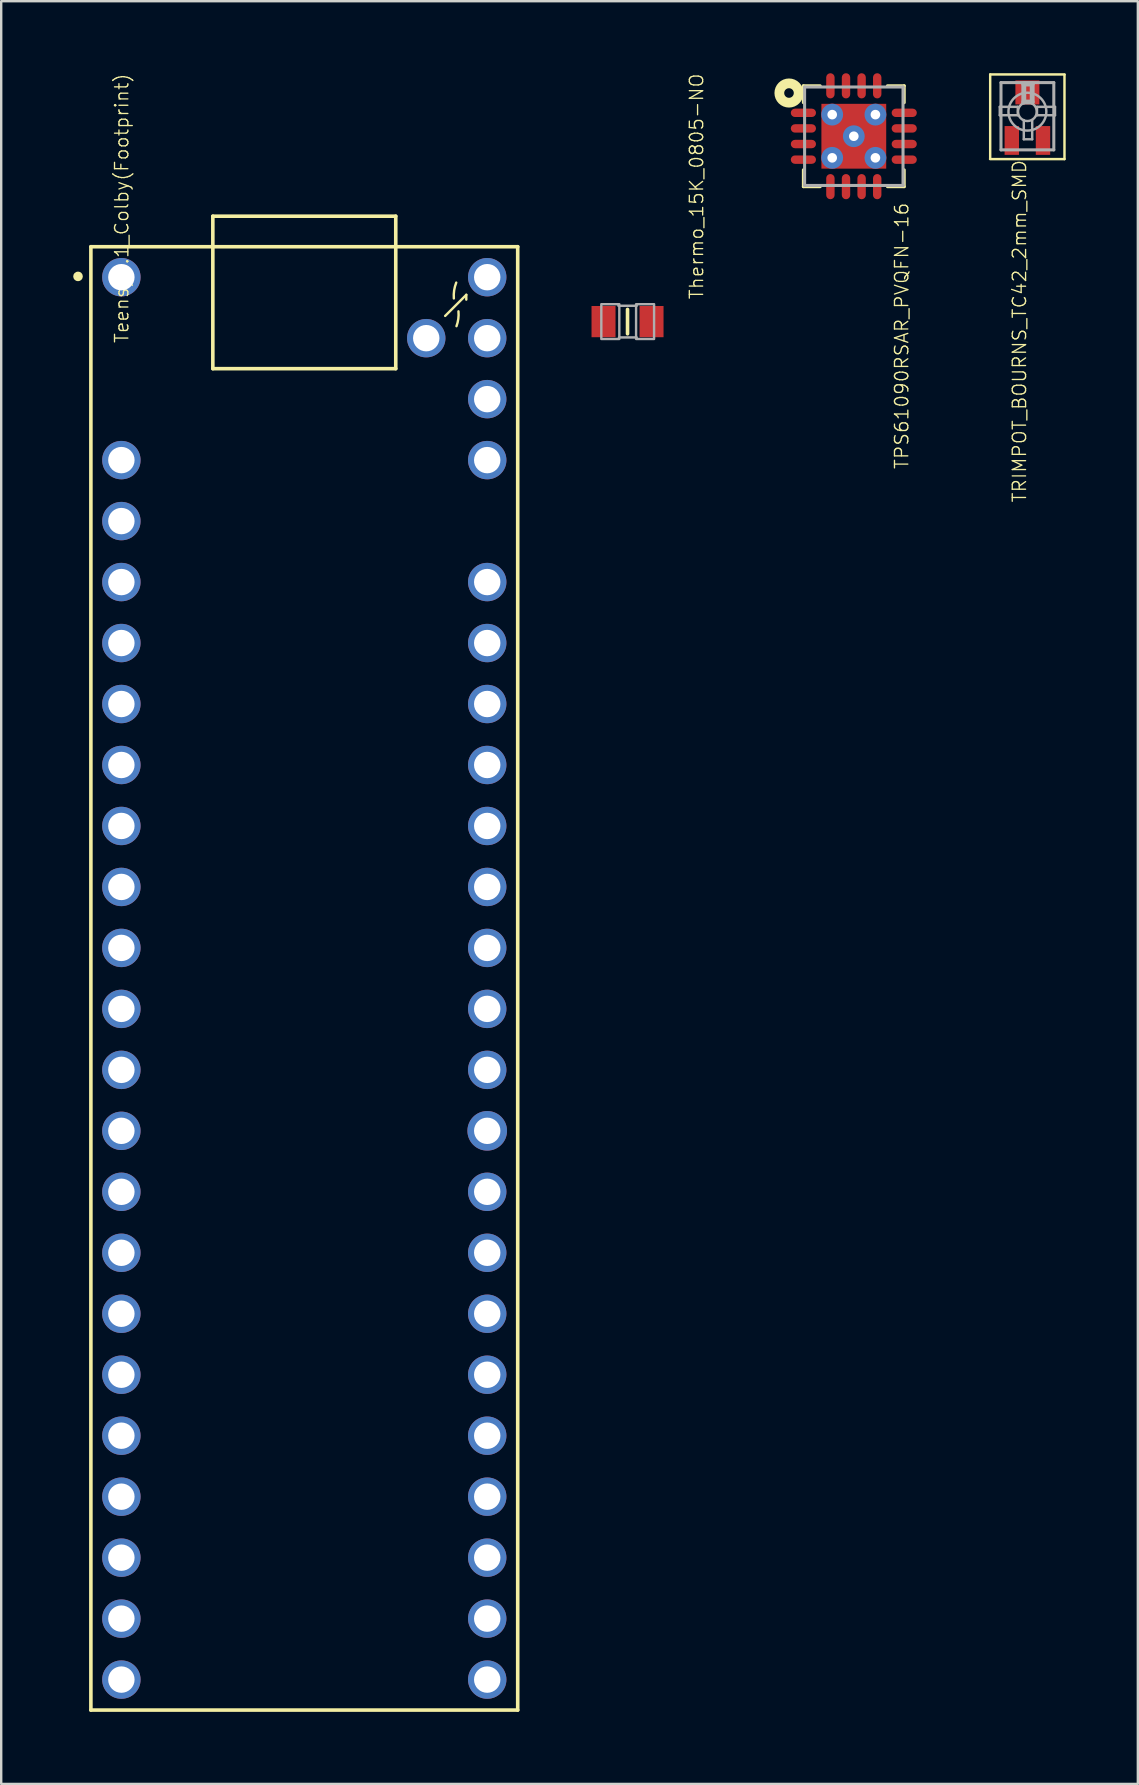
<source format=kicad_pcb>
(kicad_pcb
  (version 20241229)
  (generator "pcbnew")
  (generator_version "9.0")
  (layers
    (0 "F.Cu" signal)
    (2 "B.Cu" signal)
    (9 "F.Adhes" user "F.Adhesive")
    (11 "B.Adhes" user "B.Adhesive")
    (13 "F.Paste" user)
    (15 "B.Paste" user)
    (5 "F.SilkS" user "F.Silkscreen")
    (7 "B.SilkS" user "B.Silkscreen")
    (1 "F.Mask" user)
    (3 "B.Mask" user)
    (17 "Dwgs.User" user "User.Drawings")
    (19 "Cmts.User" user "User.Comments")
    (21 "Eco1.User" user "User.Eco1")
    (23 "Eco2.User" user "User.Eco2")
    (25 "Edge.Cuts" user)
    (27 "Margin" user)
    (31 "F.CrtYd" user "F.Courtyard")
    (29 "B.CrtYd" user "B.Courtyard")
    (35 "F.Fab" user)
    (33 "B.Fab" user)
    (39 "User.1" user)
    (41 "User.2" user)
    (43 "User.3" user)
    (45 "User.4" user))
  (footprint "TPS61090RSAR_PVQFN-16"
    (layer "F.Cu")
    (at 32.517 2.625)
    (property "Reference" "TPS61090RSAR_PVQFN-16" (at 2.32 2.733 90) (layer "F.SilkS") (effects (font (size 0.555 0.555) (thickness 0.055)) (justify right bottom)))
    (fp_line (start -2.1 -2.1) (end -2.1 -1.4) (stroke (width 0.127) (type solid)) (layer "F.SilkS"))
    (fp_line (start -2.1 1.4) (end -2.1 2.1) (stroke (width 0.127) (type solid)) (layer "F.SilkS"))
    (fp_line (start -2.1 2.1) (end -1.4 2.1) (stroke (width 0.127) (type solid)) (layer "F.SilkS"))
    (fp_line (start -1.4 -2.1) (end -2.1 -2.1) (stroke (width 0.127) (type solid)) (layer "F.SilkS"))
    (fp_line (start 1.4 -2.1) (end 2.1 -2.1) (stroke (width 0.127) (type solid)) (layer "F.SilkS"))
    (fp_line (start 2.1 -2.1) (end 2.1 -1.4) (stroke (width 0.127) (type solid)) (layer "F.SilkS"))
    (fp_line (start 2.1 1.4) (end 2.1 2.1) (stroke (width 0.127) (type solid)) (layer "F.SilkS"))
    (fp_line (start 2.1 2.1) (end 1.4 2.1) (stroke (width 0.127) (type solid)) (layer "F.SilkS"))
    (fp_circle (center -2.7 -1.8) (end -2.5 -1.8) (stroke (width 0.406) (type solid)) (fill no) (layer "F.SilkS"))
    (fp_poly (pts (xy -0.6 0.3) (xy -0.6 -0.3) (xy -1.3 -0.3) (xy -1.3 0.3)) (stroke (width 0) (type default)) (fill yes) (layer "F.Paste"))
    (fp_poly (pts (xy -0.3 -0.6) (xy 0.3 -0.6) (xy 0.3 -1.3) (xy -0.3 -1.3)) (stroke (width 0) (type default)) (fill yes) (layer "F.Paste"))
    (fp_poly (pts (xy -0.3 1.3) (xy 0.3 1.3) (xy 0.3 0.6) (xy -0.3 0.6)) (stroke (width 0) (type default)) (fill yes) (layer "F.Paste"))
    (fp_poly (pts (xy 1.3 0.3) (xy 1.3 -0.3) (xy 0.6 -0.3) (xy 0.6 0.3)) (stroke (width 0) (type default)) (fill yes) (layer "F.Paste"))
    (fp_line (start -2.05 -2.05) (end 2.05 -2.05) (stroke (width 0.127) (type solid)) (layer "F.Fab"))
    (fp_line (start -2.05 2.05) (end -2.05 -2.05) (stroke (width 0.127) (type solid)) (layer "F.Fab"))
    (fp_line (start 2.05 -2.05) (end 2.05 2.05) (stroke (width 0.127) (type solid)) (layer "F.Fab"))
    (fp_line (start 2.05 2.05) (end -2.05 2.05) (stroke (width 0.127) (type solid)) (layer "F.Fab"))
    (pad "1" smd roundrect (at -2.1 -0.975 180) (size 1.05 0.35) (layers "F.Cu" "F.Mask" "F.Paste") (roundrect_rratio 0.5))
    (pad "2" smd roundrect (at -2.1 -0.325 180) (size 1.05 0.35) (layers "F.Cu" "F.Mask" "F.Paste") (roundrect_rratio 0.5))
    (pad "3" smd roundrect (at -2.1 0.325 180) (size 1.05 0.35) (layers "F.Cu" "F.Mask" "F.Paste") (roundrect_rratio 0.5))
    (pad "4" smd roundrect (at -2.1 0.975 180) (size 1.05 0.35) (layers "F.Cu" "F.Mask" "F.Paste") (roundrect_rratio 0.5))
    (pad "5" smd roundrect (at -0.975 2.1 270) (size 1.05 0.35) (layers "F.Cu" "F.Mask" "F.Paste") (roundrect_rratio 0.5))
    (pad "6" smd roundrect (at -0.325 2.1 270) (size 1.05 0.35) (layers "F.Cu" "F.Mask" "F.Paste") (roundrect_rratio 0.5))
    (pad "7" smd roundrect (at 0.325 2.1 270) (size 1.05 0.35) (layers "F.Cu" "F.Mask" "F.Paste") (roundrect_rratio 0.5))
    (pad "8" smd roundrect (at 0.975 2.1 270) (size 1.05 0.35) (layers "F.Cu" "F.Mask" "F.Paste") (roundrect_rratio 0.5))
    (pad "9" smd roundrect (at 2.1 0.975) (size 1.05 0.35) (layers "F.Cu" "F.Mask" "F.Paste") (roundrect_rratio 0.5))
    (pad "10" smd roundrect (at 2.1 0.325) (size 1.05 0.35) (layers "F.Cu" "F.Mask" "F.Paste") (roundrect_rratio 0.5))
    (pad "11" smd roundrect (at 2.1 -0.325) (size 1.05 0.35) (layers "F.Cu" "F.Mask" "F.Paste") (roundrect_rratio 0.5))
    (pad "12" smd roundrect (at 2.1 -0.975) (size 1.05 0.35) (layers "F.Cu" "F.Mask" "F.Paste") (roundrect_rratio 0.5))
    (pad "13" smd roundrect (at 0.975 -2.1 90) (size 1.05 0.35) (layers "F.Cu" "F.Mask" "F.Paste") (roundrect_rratio 0.5))
    (pad "14" smd roundrect (at 0.325 -2.1 90) (size 1.05 0.35) (layers "F.Cu" "F.Mask" "F.Paste") (roundrect_rratio 0.5))
    (pad "15" smd roundrect (at -0.325 -2.1 90) (size 1.05 0.35) (layers "F.Cu" "F.Mask" "F.Paste") (roundrect_rratio 0.5))
    (pad "16" smd roundrect (at -0.975 -2.1 90) (size 1.05 0.35) (layers "F.Cu" "F.Mask" "F.Paste") (roundrect_rratio 0.5))
    (pad "P$18" thru_hole circle (at 0 0 180) (size 0.908 0.908) (drill 0.4) (layers "*.Cu" "*.Mask"))
    (pad "P$19" thru_hole circle (at -0.9 -0.9 180) (size 0.908 0.908) (drill 0.4) (layers "*.Cu" "*.Mask"))
    (pad "P$20" thru_hole circle (at 0.9 -0.9 180) (size 0.908 0.908) (drill 0.4) (layers "*.Cu" "*.Mask"))
    (pad "P$21" thru_hole circle (at 0.9 0.9 180) (size 0.908 0.908) (drill 0.4) (layers "*.Cu" "*.Mask"))
    (pad "P$22" thru_hole circle (at -0.9 0.9 180) (size 0.908 0.908) (drill 0.4) (layers "*.Cu" "*.Mask"))
    (pad "THERMAL" smd rect (at 0 0 180) (size 2.7 2.7) (layers "F.Cu" "F.Mask")))
  (footprint "Teensy4.1_Colby(Footprint)"
    (layer "F.Cu")
    (at 2.006 8.497)
    (property "Reference" "Teensy4.1_Colby(Footprint)" (at 0.34 2.784 90) (layer "F.SilkS") (effects (font (size 0.555 0.555) (thickness 0.055)) (justify left bottom)))
    (fp_line (start -1.27 -1.27) (end 16.51 -1.27) (stroke (width 0.15) (type solid)) (layer "F.SilkS"))
    (fp_line (start -1.27 59.69) (end -1.27 -1.27) (stroke (width 0.15) (type solid)) (layer "F.SilkS"))
    (fp_line (start 3.81 -2.54) (end 11.43 -2.54) (stroke (width 0.15) (type solid)) (layer "F.SilkS"))
    (fp_line (start 3.81 -1.27) (end 3.81 -2.54) (stroke (width 0.15) (type solid)) (layer "F.SilkS"))
    (fp_line (start 3.81 3.81) (end 3.81 -1.27) (stroke (width 0.15) (type solid)) (layer "F.SilkS"))
    (fp_line (start 3.81 3.81) (end 11.43 3.81) (stroke (width 0.15) (type solid)) (layer "F.SilkS"))
    (fp_line (start 11.43 -2.54) (end 11.43 -1.27) (stroke (width 0.15) (type solid)) (layer "F.SilkS"))
    (fp_line (start 11.43 3.81) (end 11.43 -1.27) (stroke (width 0.15) (type solid)) (layer "F.SilkS"))
    (fp_line (start 14.368 0.734) (end 13.488 1.613) (stroke (width 0.1) (type default)) (layer "F.SilkS"))
    (fp_line (start 14.368 0.734) (end 14.368 0.934) (stroke (width 0.1) (type default)) (layer "F.SilkS"))
    (fp_line (start 16.51 -1.27) (end 16.51 59.69) (stroke (width 0.15) (type solid)) (layer "F.SilkS"))
    (fp_line (start 16.51 59.69) (end -1.27 59.69) (stroke (width 0.15) (type solid)) (layer "F.SilkS"))
    (fp_arc (start 13.849664 0.884924) (mid 13.862108 0.549441) (end 13.949299 0.225248) (stroke (width 0.1) (type default)) (layer "F.SilkS"))
    (fp_arc (start 14.042202 1.422426) (mid 14.035692 1.736193) (end 13.959789 2.040711) (stroke (width 0.1) (type default)) (layer "F.SilkS"))
    (fp_circle (center -1.806 -0.033) (end -1.806 -0.133) (stroke (width 0.2) (type solid)) (fill no) (layer "F.SilkS"))
    (pad "+5V" thru_hole circle (at 15.24 0 270) (size 1.6 1.6) (drill 1.1) (layers "*.Cu" "*.Mask"))
    (pad "2" thru_hole circle (at 0 7.62 270) (size 1.6 1.6) (drill 1.1) (layers "*.Cu" "*.Mask"))
    (pad "3" thru_hole circle (at 0 10.16 270) (size 1.6 1.6) (drill 1.1) (layers "*.Cu" "*.Mask"))
    (pad "4" thru_hole circle (at 0 12.7 270) (size 1.6 1.6) (drill 1.1) (layers "*.Cu" "*.Mask"))
    (pad "5" thru_hole circle (at 0 15.24 270) (size 1.6 1.6) (drill 1.1) (layers "*.Cu" "*.Mask"))
    (pad "6" thru_hole circle (at 0 17.78 270) (size 1.6 1.6) (drill 1.1) (layers "*.Cu" "*.Mask"))
    (pad "7" thru_hole circle (at 0 20.32 270) (size 1.6 1.6) (drill 1.1) (layers "*.Cu" "*.Mask"))
    (pad "8" thru_hole circle (at 0 22.86 270) (size 1.6 1.6) (drill 1.1) (layers "*.Cu" "*.Mask"))
    (pad "9" thru_hole circle (at 0 25.4 270) (size 1.6 1.6) (drill 1.1) (layers "*.Cu" "*.Mask"))
    (pad "10" thru_hole circle (at 0 27.94 270) (size 1.6 1.6) (drill 1.1) (layers "*.Cu" "*.Mask"))
    (pad "11" thru_hole circle (at 0 30.48 270) (size 1.6 1.6) (drill 1.1) (layers "*.Cu" "*.Mask"))
    (pad "12" thru_hole circle (at 0 33.02 270) (size 1.6 1.6) (drill 1.1) (layers "*.Cu" "*.Mask"))
    (pad "13" thru_hole circle (at 15.24 33.02 270) (size 1.6 1.6) (drill 1.1) (layers "*.Cu" "*.Mask"))
    (pad "14" thru_hole circle (at 15.24 30.48 270) (size 1.6 1.6) (drill 1.1) (layers "*.Cu" "*.Mask"))
    (pad "15" thru_hole circle (at 15.24 27.94 270) (size 1.6 1.6) (drill 1.1) (layers "*.Cu" "*.Mask"))
    (pad "16" thru_hole circle (at 15.24 25.4 270) (size 1.6 1.6) (drill 1.1) (layers "*.Cu" "*.Mask"))
    (pad "17" thru_hole circle (at 15.24 22.86 270) (size 1.6 1.6) (drill 1.1) (layers "*.Cu" "*.Mask"))
    (pad "18" thru_hole circle (at 15.24 20.32 270) (size 1.6 1.6) (drill 1.1) (layers "*.Cu" "*.Mask"))
    (pad "19" thru_hole circle (at 15.24 17.78 270) (size 1.6 1.6) (drill 1.1) (layers "*.Cu" "*.Mask"))
    (pad "20" thru_hole circle (at 15.24 15.24 270) (size 1.6 1.6) (drill 1.1) (layers "*.Cu" "*.Mask"))
    (pad "21" thru_hole circle (at 15.24 12.7 270) (size 1.6 1.6) (drill 1.1) (layers "*.Cu" "*.Mask"))
    (pad "23" thru_hole circle (at 15.24 7.62 270) (size 1.6 1.6) (drill 1.1) (layers "*.Cu" "*.Mask"))
    (pad "24" thru_hole circle (at 0 38.1 270) (size 1.6 1.6) (drill 1.1) (layers "*.Cu" "*.Mask"))
    (pad "25" thru_hole circle (at 0 40.64 270) (size 1.6 1.6) (drill 1.1) (layers "*.Cu" "*.Mask"))
    (pad "26" thru_hole circle (at 0 43.18 270) (size 1.6 1.6) (drill 1.1) (layers "*.Cu" "*.Mask"))
    (pad "27" thru_hole circle (at 0 45.72 270) (size 1.6 1.6) (drill 1.1) (layers "*.Cu" "*.Mask"))
    (pad "28" thru_hole circle (at 0 48.26 270) (size 1.6 1.6) (drill 1.1) (layers "*.Cu" "*.Mask"))
    (pad "29" thru_hole circle (at 0 50.8 270) (size 1.6 1.6) (drill 1.1) (layers "*.Cu" "*.Mask"))
    (pad "30" thru_hole circle (at 0 53.34 270) (size 1.6 1.6) (drill 1.1) (layers "*.Cu" "*.Mask"))
    (pad "31" thru_hole circle (at 0 55.88 270) (size 1.6 1.6) (drill 1.1) (layers "*.Cu" "*.Mask"))
    (pad "32" thru_hole circle (at 0 58.42 270) (size 1.6 1.6) (drill 1.1) (layers "*.Cu" "*.Mask"))
    (pad "33" thru_hole circle (at 15.24 58.42 270) (size 1.6 1.6) (drill 1.1) (layers "*.Cu" "*.Mask"))
    (pad "34" thru_hole circle (at 15.24 55.88 270) (size 1.6 1.6) (drill 1.1) (layers "*.Cu" "*.Mask"))
    (pad "35" thru_hole circle (at 15.24 53.34 270) (size 1.6 1.6) (drill 1.1) (layers "*.Cu" "*.Mask"))
    (pad "36" thru_hole circle (at 15.24 50.8 270) (size 1.6 1.6) (drill 1.1) (layers "*.Cu" "*.Mask"))
    (pad "37" thru_hole circle (at 15.24 48.26 270) (size 1.6 1.6) (drill 1.1) (layers "*.Cu" "*.Mask"))
    (pad "38" thru_hole circle (at 15.24 45.72 270) (size 1.6 1.6) (drill 1.1) (layers "*.Cu" "*.Mask"))
    (pad "39" thru_hole circle (at 15.24 43.18 270) (size 1.6 1.6) (drill 1.1) (layers "*.Cu" "*.Mask"))
    (pad "40" thru_hole circle (at 15.24 40.64 270) (size 1.6 1.6) (drill 1.1) (layers "*.Cu" "*.Mask"))
    (pad "41" thru_hole circle (at 15.24 38.1 270) (size 1.6 1.6) (drill 1.1) (layers "*.Cu" "*.Mask"))
    (pad "49" thru_hole circle (at 12.7 2.54 270) (size 1.6 1.6) (drill 1.1) (layers "*.Cu" "*.Mask"))
    (pad "GND_0" thru_hole circle (at 0 0 270) (size 1.6 1.6) (drill 1.1) (layers "*.Cu" "*.Mask"))
    (pad "GND_1" thru_hole circle (at 15.24 2.54 270) (size 1.6 1.6) (drill 1.1) (layers "*.Cu" "*.Mask"))
    (pad "GND_2" thru_hole circle (at 15.24 35.56 270) (size 1.65 1.65) (drill 1.1) (layers "*.Cu" "*.Mask"))
    (pad "T3.3V" thru_hole circle (at 0 35.56 270) (size 1.6 1.6) (drill 1.1) (layers "*.Cu" "*.Mask"))
    (pad "T3.3V" thru_hole circle (at 15.24 5.08 270) (size 1.6 1.6) (drill 1.1) (layers "*.Cu" "*.Mask")))
  (footprint "Thermo_15K_0805-NO"
    (layer "F.Cu")
    (at 23.091 10.347)
    (property "Reference" "Thermo_15K_0805-NO" (at 3.2 -0.889 90) (layer "F.SilkS") (effects (font (size 0.555 0.555) (thickness 0.055)) (justify left bottom)))
    (fp_line (start 0 -0.508) (end 0 0.508) (stroke (width 0.15) (type solid)) (layer "F.SilkS"))
    (fp_line (start -0.381 -0.66) (end 0.381 -0.66) (stroke (width 0.102) (type solid)) (layer "F.Fab"))
    (fp_line (start -0.356 0.66) (end 0.381 0.66) (stroke (width 0.102) (type solid)) (layer "F.Fab"))
    (fp_poly (pts (xy -1.092 0.724) (xy -0.342 0.724) (xy -0.342 -0.726) (xy -1.092 -0.726)) (stroke (width 0.1) (type default)) (fill no) (layer "F.Fab"))
    (fp_poly (pts (xy 0.356 0.724) (xy 1.106 0.724) (xy 1.106 -0.726) (xy 0.356 -0.726)) (stroke (width 0.1) (type default)) (fill no) (layer "F.Fab"))
    (pad "1" smd rect (at -1 0 180) (size 1 1.3) (layers "F.Cu" "F.Mask" "F.Paste"))
    (pad "2" smd rect (at 1 0 180) (size 1 1.3) (layers "F.Cu" "F.Mask" "F.Paste")))
  (footprint "TRIMPOT_BOURNS_TC42_2mm_SMD"
    (layer "F.Cu")
    (at 39.748 1.601)
    (property "Reference" "TRIMPOT_BOURNS_TC42_2mm_SMD" (at -0.005 1.976 90) (layer "F.SilkS") (effects (font (size 0.555 0.555) (thickness 0.055)) (justify right bottom)))
    (fp_line (start -1.555 1.976) (end 1.545 1.976) (stroke (width 0.102) (type solid)) (layer "F.SilkS"))
    (fp_line (start -1.55 -1.55) (end 1.55 -1.55) (stroke (width 0.102) (type solid)) (layer "F.SilkS"))
    (fp_line (start -1.55 1.96) (end -1.55 -1.55) (stroke (width 0.102) (type solid)) (layer "F.SilkS"))
    (fp_line (start 1.545 1.976) (end 1.545 -1.534) (stroke (width 0.102) (type solid)) (layer "F.SilkS"))
    (fp_line (start -1.15 -0.2) (end -0.4 -0.2) (stroke (width 0.102) (type solid)) (layer "F.Fab"))
    (fp_line (start -1.15 0.15) (end -1.15 -0.2) (stroke (width 0.102) (type solid)) (layer "F.Fab"))
    (fp_line (start -1.1 -1.21) (end 1.1 -1.21) (stroke (width 0.127) (type solid)) (layer "F.Fab"))
    (fp_line (start -1.1 1.592) (end -1.1 -1.21) (stroke (width 0.127) (type solid)) (layer "F.Fab"))
    (fp_line (start -0.4 -0.2) (end -0.398 0.149) (stroke (width 0.102) (type solid)) (layer "F.Fab"))
    (fp_line (start -0.398 0.149) (end -1.15 0.15) (stroke (width 0.102) (type solid)) (layer "F.Fab"))
    (fp_line (start -0.15 -1.15) (end 0.2 -1.15) (stroke (width 0.203) (type solid)) (layer "F.Fab"))
    (fp_line (start -0.15 -0.4) (end -0.15 -1.15) (stroke (width 0.203) (type solid)) (layer "F.Fab"))
    (fp_line (start -0.15 0.35) (end -0.15 1.15) (stroke (width 0.102) (type solid)) (layer "F.Fab"))
    (fp_line (start -0.15 1.15) (end 0.2 1.15) (stroke (width 0.102) (type solid)) (layer "F.Fab"))
    (fp_line (start 0.2 -1.15) (end 0.2 -0.4) (stroke (width 0.203) (type solid)) (layer "F.Fab"))
    (fp_line (start 0.2 -0.4) (end -0.15 -0.4) (stroke (width 0.203) (type solid)) (layer "F.Fab"))
    (fp_line (start 0.2 1.15) (end 0.2 0.35) (stroke (width 0.102) (type solid)) (layer "F.Fab"))
    (fp_line (start 0.4 -0.2) (end 1.15 -0.2) (stroke (width 0.102) (type solid)) (layer "F.Fab"))
    (fp_line (start 0.4 0.15) (end 0.4 -0.2) (stroke (width 0.102) (type solid)) (layer "F.Fab"))
    (fp_line (start 1.1 1.592) (end -1.1 1.592) (stroke (width 0.127) (type solid)) (layer "F.Fab"))
    (fp_line (start 1.1 1.592) (end 1.1 -1.21) (stroke (width 0.127) (type solid)) (layer "F.Fab"))
    (fp_line (start 1.15 -0.2) (end 1.15 0.15) (stroke (width 0.102) (type solid)) (layer "F.Fab"))
    (fp_line (start 1.15 0.15) (end 0.4 0.15) (stroke (width 0.102) (type solid)) (layer "F.Fab"))
    (fp_circle (center 0 0) (end 0.391 0) (stroke (width 0.102) (type solid)) (fill no) (layer "F.Fab"))
    (fp_circle (center 0 0) (end 0.789 0) (stroke (width 0.102) (type solid)) (fill no) (layer "F.Fab"))
    (pad "1" smd rect (at -0.65 1.2 270) (size 1.2 0.6) (layers "F.Cu" "F.Mask" "F.Paste"))
    (pad "2" smd rect (at 0 -0.8 180) (size 1 1) (layers "F.Cu" "F.Mask" "F.Paste"))
    (pad "3" smd rect (at 0.65 1.2 270) (size 1.2 0.6) (layers "F.Cu" "F.Mask" "F.Paste")))
  (gr_rect
    (start -3 -3)
    (end 44.349 71.262)
    (stroke (width 0.1) (type default))
    (fill no)
    (layer "Edge.Cuts")))
</source>
